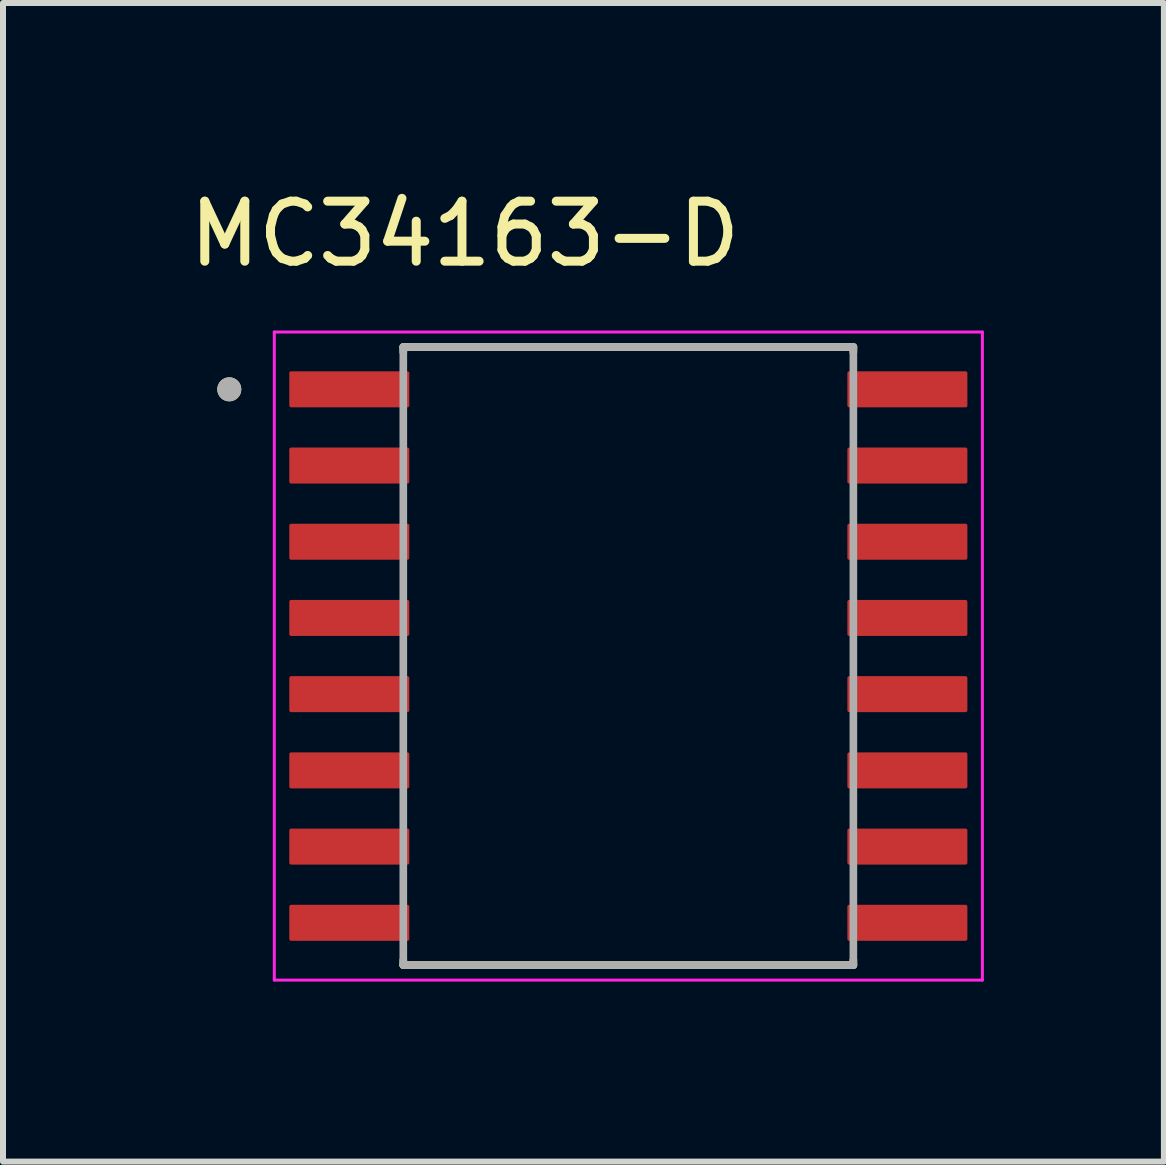
<source format=kicad_pcb>
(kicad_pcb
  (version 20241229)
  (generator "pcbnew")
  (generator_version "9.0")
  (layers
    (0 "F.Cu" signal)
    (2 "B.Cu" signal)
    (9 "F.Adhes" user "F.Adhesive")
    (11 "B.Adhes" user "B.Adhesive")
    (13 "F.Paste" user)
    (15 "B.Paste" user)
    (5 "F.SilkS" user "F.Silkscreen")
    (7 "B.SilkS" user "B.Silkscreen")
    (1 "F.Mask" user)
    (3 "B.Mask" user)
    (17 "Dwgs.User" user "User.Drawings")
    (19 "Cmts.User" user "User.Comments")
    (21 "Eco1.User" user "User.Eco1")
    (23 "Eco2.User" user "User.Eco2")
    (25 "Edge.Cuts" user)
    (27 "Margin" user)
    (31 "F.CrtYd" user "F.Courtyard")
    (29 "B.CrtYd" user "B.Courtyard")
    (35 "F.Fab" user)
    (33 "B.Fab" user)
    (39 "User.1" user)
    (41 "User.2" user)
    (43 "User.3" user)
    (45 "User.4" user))
  (footprint "MC34163-D"
    (layer "F.Cu")
    (at 7.421 7.883)
    (property "Reference" "MC34163-D" (at -2.725 -7.035 0) (layer "F.SilkS") (effects (font (size 1 1) (thickness 0.15))))
    (attr smd)
    (fp_poly (pts (xy -3.58 -4.765) (xy -3.58 -4.125) (xy -3.58 -4.122) (xy -3.58 -4.12) (xy -3.581 -4.117) (xy -3.581 -4.115) (xy -3.582 -4.112) (xy -3.582 -4.11) (xy -3.583 -4.107) (xy -3.584 -4.105) (xy -3.585 -4.102) (xy -3.587 -4.1) (xy -3.588 -4.098) (xy -3.59 -4.096) (xy -3.591 -4.094) (xy -3.593 -4.092) (xy -3.595 -4.09) (xy -3.597 -4.088) (xy -3.599 -4.086) (xy -3.601 -4.085) (xy -3.603 -4.083) (xy -3.605 -4.082) (xy -3.607 -4.08) (xy -3.61 -4.079) (xy -3.612 -4.078) (xy -3.615 -4.077) (xy -3.617 -4.077) (xy -3.62 -4.076) (xy -3.622 -4.076) (xy -3.625 -4.075) (xy -3.627 -4.075) (xy -3.63 -4.075) (xy -5.67 -4.075) (xy -5.673 -4.075) (xy -5.675 -4.075) (xy -5.678 -4.076) (xy -5.68 -4.076) (xy -5.683 -4.077) (xy -5.685 -4.077) (xy -5.688 -4.078) (xy -5.69 -4.079) (xy -5.693 -4.08) (xy -5.695 -4.082) (xy -5.697 -4.083) (xy -5.699 -4.085) (xy -5.701 -4.086) (xy -5.703 -4.088) (xy -5.705 -4.09) (xy -5.707 -4.092) (xy -5.709 -4.094) (xy -5.71 -4.096) (xy -5.712 -4.098) (xy -5.713 -4.1) (xy -5.715 -4.102) (xy -5.716 -4.105) (xy -5.717 -4.107) (xy -5.718 -4.11) (xy -5.718 -4.112) (xy -5.719 -4.115) (xy -5.719 -4.117) (xy -5.72 -4.12) (xy -5.72 -4.122) (xy -5.72 -4.125) (xy -5.72 -4.765) (xy -5.72 -4.768) (xy -5.72 -4.77) (xy -5.719 -4.773) (xy -5.719 -4.775) (xy -5.718 -4.778) (xy -5.718 -4.78) (xy -5.717 -4.783) (xy -5.716 -4.785) (xy -5.715 -4.788) (xy -5.713 -4.79) (xy -5.712 -4.792) (xy -5.71 -4.794) (xy -5.709 -4.796) (xy -5.707 -4.798) (xy -5.705 -4.8) (xy -5.703 -4.802) (xy -5.701 -4.804) (xy -5.699 -4.805) (xy -5.697 -4.807) (xy -5.695 -4.808) (xy -5.693 -4.81) (xy -5.69 -4.811) (xy -5.688 -4.812) (xy -5.685 -4.813) (xy -5.683 -4.813) (xy -5.68 -4.814) (xy -5.678 -4.814) (xy -5.675 -4.815) (xy -5.673 -4.815) (xy -5.67 -4.815) (xy -3.63 -4.815) (xy -3.627 -4.815) (xy -3.625 -4.815) (xy -3.622 -4.814) (xy -3.62 -4.814) (xy -3.617 -4.813) (xy -3.615 -4.813) (xy -3.612 -4.812) (xy -3.61 -4.811) (xy -3.607 -4.81) (xy -3.605 -4.808) (xy -3.603 -4.807) (xy -3.601 -4.805) (xy -3.599 -4.804) (xy -3.597 -4.802) (xy -3.595 -4.8) (xy -3.593 -4.798) (xy -3.591 -4.796) (xy -3.59 -4.794) (xy -3.588 -4.792) (xy -3.587 -4.79) (xy -3.585 -4.788) (xy -3.584 -4.785) (xy -3.583 -4.783) (xy -3.582 -4.78) (xy -3.582 -4.778) (xy -3.581 -4.775) (xy -3.581 -4.773) (xy -3.58 -4.77) (xy -3.58 -4.768) (xy -3.58 -4.765)) (stroke (width 0.01) (type solid)) (fill yes) (layer "F.Mask"))
    (fp_poly (pts (xy -3.58 -3.495) (xy -3.58 -2.855) (xy -3.58 -2.852) (xy -3.58 -2.85) (xy -3.581 -2.847) (xy -3.581 -2.845) (xy -3.582 -2.842) (xy -3.582 -2.84) (xy -3.583 -2.837) (xy -3.584 -2.835) (xy -3.585 -2.832) (xy -3.587 -2.83) (xy -3.588 -2.828) (xy -3.59 -2.826) (xy -3.591 -2.824) (xy -3.593 -2.822) (xy -3.595 -2.82) (xy -3.597 -2.818) (xy -3.599 -2.816) (xy -3.601 -2.815) (xy -3.603 -2.813) (xy -3.605 -2.812) (xy -3.607 -2.81) (xy -3.61 -2.809) (xy -3.612 -2.808) (xy -3.615 -2.807) (xy -3.617 -2.807) (xy -3.62 -2.806) (xy -3.622 -2.806) (xy -3.625 -2.805) (xy -3.627 -2.805) (xy -3.63 -2.805) (xy -5.67 -2.805) (xy -5.673 -2.805) (xy -5.675 -2.805) (xy -5.678 -2.806) (xy -5.68 -2.806) (xy -5.683 -2.807) (xy -5.685 -2.807) (xy -5.688 -2.808) (xy -5.69 -2.809) (xy -5.693 -2.81) (xy -5.695 -2.812) (xy -5.697 -2.813) (xy -5.699 -2.815) (xy -5.701 -2.816) (xy -5.703 -2.818) (xy -5.705 -2.82) (xy -5.707 -2.822) (xy -5.709 -2.824) (xy -5.71 -2.826) (xy -5.712 -2.828) (xy -5.713 -2.83) (xy -5.715 -2.832) (xy -5.716 -2.835) (xy -5.717 -2.837) (xy -5.718 -2.84) (xy -5.718 -2.842) (xy -5.719 -2.845) (xy -5.719 -2.847) (xy -5.72 -2.85) (xy -5.72 -2.852) (xy -5.72 -2.855) (xy -5.72 -3.495) (xy -5.72 -3.498) (xy -5.72 -3.5) (xy -5.719 -3.503) (xy -5.719 -3.505) (xy -5.718 -3.508) (xy -5.718 -3.51) (xy -5.717 -3.513) (xy -5.716 -3.515) (xy -5.715 -3.518) (xy -5.713 -3.52) (xy -5.712 -3.522) (xy -5.71 -3.524) (xy -5.709 -3.526) (xy -5.707 -3.528) (xy -5.705 -3.53) (xy -5.703 -3.532) (xy -5.701 -3.534) (xy -5.699 -3.535) (xy -5.697 -3.537) (xy -5.695 -3.538) (xy -5.693 -3.54) (xy -5.69 -3.541) (xy -5.688 -3.542) (xy -5.685 -3.543) (xy -5.683 -3.543) (xy -5.68 -3.544) (xy -5.678 -3.544) (xy -5.675 -3.545) (xy -5.673 -3.545) (xy -5.67 -3.545) (xy -3.63 -3.545) (xy -3.627 -3.545) (xy -3.625 -3.545) (xy -3.622 -3.544) (xy -3.62 -3.544) (xy -3.617 -3.543) (xy -3.615 -3.543) (xy -3.612 -3.542) (xy -3.61 -3.541) (xy -3.607 -3.54) (xy -3.605 -3.538) (xy -3.603 -3.537) (xy -3.601 -3.535) (xy -3.599 -3.534) (xy -3.597 -3.532) (xy -3.595 -3.53) (xy -3.593 -3.528) (xy -3.591 -3.526) (xy -3.59 -3.524) (xy -3.588 -3.522) (xy -3.587 -3.52) (xy -3.585 -3.518) (xy -3.584 -3.515) (xy -3.583 -3.513) (xy -3.582 -3.51) (xy -3.582 -3.508) (xy -3.581 -3.505) (xy -3.581 -3.503) (xy -3.58 -3.5) (xy -3.58 -3.498) (xy -3.58 -3.495)) (stroke (width 0.01) (type solid)) (fill yes) (layer "F.Mask"))
    (fp_poly (pts (xy -3.58 -2.225) (xy -3.58 -1.585) (xy -3.58 -1.582) (xy -3.58 -1.58) (xy -3.581 -1.577) (xy -3.581 -1.575) (xy -3.582 -1.572) (xy -3.582 -1.57) (xy -3.583 -1.567) (xy -3.584 -1.565) (xy -3.585 -1.562) (xy -3.587 -1.56) (xy -3.588 -1.558) (xy -3.59 -1.556) (xy -3.591 -1.554) (xy -3.593 -1.552) (xy -3.595 -1.55) (xy -3.597 -1.548) (xy -3.599 -1.546) (xy -3.601 -1.545) (xy -3.603 -1.543) (xy -3.605 -1.542) (xy -3.607 -1.54) (xy -3.61 -1.539) (xy -3.612 -1.538) (xy -3.615 -1.537) (xy -3.617 -1.537) (xy -3.62 -1.536) (xy -3.622 -1.536) (xy -3.625 -1.535) (xy -3.627 -1.535) (xy -3.63 -1.535) (xy -5.67 -1.535) (xy -5.673 -1.535) (xy -5.675 -1.535) (xy -5.678 -1.536) (xy -5.68 -1.536) (xy -5.683 -1.537) (xy -5.685 -1.537) (xy -5.688 -1.538) (xy -5.69 -1.539) (xy -5.693 -1.54) (xy -5.695 -1.542) (xy -5.697 -1.543) (xy -5.699 -1.545) (xy -5.701 -1.546) (xy -5.703 -1.548) (xy -5.705 -1.55) (xy -5.707 -1.552) (xy -5.709 -1.554) (xy -5.71 -1.556) (xy -5.712 -1.558) (xy -5.713 -1.56) (xy -5.715 -1.562) (xy -5.716 -1.565) (xy -5.717 -1.567) (xy -5.718 -1.57) (xy -5.718 -1.572) (xy -5.719 -1.575) (xy -5.719 -1.577) (xy -5.72 -1.58) (xy -5.72 -1.582) (xy -5.72 -1.585) (xy -5.72 -2.225) (xy -5.72 -2.228) (xy -5.72 -2.23) (xy -5.719 -2.233) (xy -5.719 -2.235) (xy -5.718 -2.238) (xy -5.718 -2.24) (xy -5.717 -2.243) (xy -5.716 -2.245) (xy -5.715 -2.248) (xy -5.713 -2.25) (xy -5.712 -2.252) (xy -5.71 -2.254) (xy -5.709 -2.256) (xy -5.707 -2.258) (xy -5.705 -2.26) (xy -5.703 -2.262) (xy -5.701 -2.264) (xy -5.699 -2.265) (xy -5.697 -2.267) (xy -5.695 -2.268) (xy -5.693 -2.27) (xy -5.69 -2.271) (xy -5.688 -2.272) (xy -5.685 -2.273) (xy -5.683 -2.273) (xy -5.68 -2.274) (xy -5.678 -2.274) (xy -5.675 -2.275) (xy -5.673 -2.275) (xy -5.67 -2.275) (xy -3.63 -2.275) (xy -3.627 -2.275) (xy -3.625 -2.275) (xy -3.622 -2.274) (xy -3.62 -2.274) (xy -3.617 -2.273) (xy -3.615 -2.273) (xy -3.612 -2.272) (xy -3.61 -2.271) (xy -3.607 -2.27) (xy -3.605 -2.268) (xy -3.603 -2.267) (xy -3.601 -2.265) (xy -3.599 -2.264) (xy -3.597 -2.262) (xy -3.595 -2.26) (xy -3.593 -2.258) (xy -3.591 -2.256) (xy -3.59 -2.254) (xy -3.588 -2.252) (xy -3.587 -2.25) (xy -3.585 -2.248) (xy -3.584 -2.245) (xy -3.583 -2.243) (xy -3.582 -2.24) (xy -3.582 -2.238) (xy -3.581 -2.235) (xy -3.581 -2.233) (xy -3.58 -2.23) (xy -3.58 -2.228) (xy -3.58 -2.225)) (stroke (width 0.01) (type solid)) (fill yes) (layer "F.Mask"))
    (fp_poly (pts (xy -3.58 -0.955) (xy -3.58 -0.315) (xy -3.58 -0.312) (xy -3.58 -0.31) (xy -3.581 -0.307) (xy -3.581 -0.305) (xy -3.582 -0.302) (xy -3.582 -0.3) (xy -3.583 -0.297) (xy -3.584 -0.295) (xy -3.585 -0.292) (xy -3.587 -0.29) (xy -3.588 -0.288) (xy -3.59 -0.286) (xy -3.591 -0.284) (xy -3.593 -0.282) (xy -3.595 -0.28) (xy -3.597 -0.278) (xy -3.599 -0.276) (xy -3.601 -0.275) (xy -3.603 -0.273) (xy -3.605 -0.272) (xy -3.607 -0.27) (xy -3.61 -0.269) (xy -3.612 -0.268) (xy -3.615 -0.267) (xy -3.617 -0.267) (xy -3.62 -0.266) (xy -3.622 -0.266) (xy -3.625 -0.265) (xy -3.627 -0.265) (xy -3.63 -0.265) (xy -5.67 -0.265) (xy -5.673 -0.265) (xy -5.675 -0.265) (xy -5.678 -0.266) (xy -5.68 -0.266) (xy -5.683 -0.267) (xy -5.685 -0.267) (xy -5.688 -0.268) (xy -5.69 -0.269) (xy -5.693 -0.27) (xy -5.695 -0.272) (xy -5.697 -0.273) (xy -5.699 -0.275) (xy -5.701 -0.276) (xy -5.703 -0.278) (xy -5.705 -0.28) (xy -5.707 -0.282) (xy -5.709 -0.284) (xy -5.71 -0.286) (xy -5.712 -0.288) (xy -5.713 -0.29) (xy -5.715 -0.292) (xy -5.716 -0.295) (xy -5.717 -0.297) (xy -5.718 -0.3) (xy -5.718 -0.302) (xy -5.719 -0.305) (xy -5.719 -0.307) (xy -5.72 -0.31) (xy -5.72 -0.312) (xy -5.72 -0.315) (xy -5.72 -0.955) (xy -5.72 -0.958) (xy -5.72 -0.96) (xy -5.719 -0.963) (xy -5.719 -0.965) (xy -5.718 -0.968) (xy -5.718 -0.97) (xy -5.717 -0.973) (xy -5.716 -0.975) (xy -5.715 -0.978) (xy -5.713 -0.98) (xy -5.712 -0.982) (xy -5.71 -0.984) (xy -5.709 -0.986) (xy -5.707 -0.988) (xy -5.705 -0.99) (xy -5.703 -0.992) (xy -5.701 -0.994) (xy -5.699 -0.995) (xy -5.697 -0.997) (xy -5.695 -0.998) (xy -5.693 -1) (xy -5.69 -1.001) (xy -5.688 -1.002) (xy -5.685 -1.003) (xy -5.683 -1.003) (xy -5.68 -1.004) (xy -5.678 -1.004) (xy -5.675 -1.005) (xy -5.673 -1.005) (xy -5.67 -1.005) (xy -3.63 -1.005) (xy -3.627 -1.005) (xy -3.625 -1.005) (xy -3.622 -1.004) (xy -3.62 -1.004) (xy -3.617 -1.003) (xy -3.615 -1.003) (xy -3.612 -1.002) (xy -3.61 -1.001) (xy -3.607 -1) (xy -3.605 -0.998) (xy -3.603 -0.997) (xy -3.601 -0.995) (xy -3.599 -0.994) (xy -3.597 -0.992) (xy -3.595 -0.99) (xy -3.593 -0.988) (xy -3.591 -0.986) (xy -3.59 -0.984) (xy -3.588 -0.982) (xy -3.587 -0.98) (xy -3.585 -0.978) (xy -3.584 -0.975) (xy -3.583 -0.973) (xy -3.582 -0.97) (xy -3.582 -0.968) (xy -3.581 -0.965) (xy -3.581 -0.963) (xy -3.58 -0.96) (xy -3.58 -0.958) (xy -3.58 -0.955)) (stroke (width 0.01) (type solid)) (fill yes) (layer "F.Mask"))
    (fp_poly (pts (xy -3.58 0.315) (xy -3.58 0.955) (xy -3.58 0.958) (xy -3.58 0.96) (xy -3.581 0.963) (xy -3.581 0.965) (xy -3.582 0.968) (xy -3.582 0.97) (xy -3.583 0.973) (xy -3.584 0.975) (xy -3.585 0.978) (xy -3.587 0.98) (xy -3.588 0.982) (xy -3.59 0.984) (xy -3.591 0.986) (xy -3.593 0.988) (xy -3.595 0.99) (xy -3.597 0.992) (xy -3.599 0.994) (xy -3.601 0.995) (xy -3.603 0.997) (xy -3.605 0.998) (xy -3.607 1) (xy -3.61 1.001) (xy -3.612 1.002) (xy -3.615 1.003) (xy -3.617 1.003) (xy -3.62 1.004) (xy -3.622 1.004) (xy -3.625 1.005) (xy -3.627 1.005) (xy -3.63 1.005) (xy -5.67 1.005) (xy -5.673 1.005) (xy -5.675 1.005) (xy -5.678 1.004) (xy -5.68 1.004) (xy -5.683 1.003) (xy -5.685 1.003) (xy -5.688 1.002) (xy -5.69 1.001) (xy -5.693 1) (xy -5.695 0.998) (xy -5.697 0.997) (xy -5.699 0.995) (xy -5.701 0.994) (xy -5.703 0.992) (xy -5.705 0.99) (xy -5.707 0.988) (xy -5.709 0.986) (xy -5.71 0.984) (xy -5.712 0.982) (xy -5.713 0.98) (xy -5.715 0.978) (xy -5.716 0.975) (xy -5.717 0.973) (xy -5.718 0.97) (xy -5.718 0.968) (xy -5.719 0.965) (xy -5.719 0.963) (xy -5.72 0.96) (xy -5.72 0.958) (xy -5.72 0.955) (xy -5.72 0.315) (xy -5.72 0.312) (xy -5.72 0.31) (xy -5.719 0.307) (xy -5.719 0.305) (xy -5.718 0.302) (xy -5.718 0.3) (xy -5.717 0.297) (xy -5.716 0.295) (xy -5.715 0.292) (xy -5.713 0.29) (xy -5.712 0.288) (xy -5.71 0.286) (xy -5.709 0.284) (xy -5.707 0.282) (xy -5.705 0.28) (xy -5.703 0.278) (xy -5.701 0.276) (xy -5.699 0.275) (xy -5.697 0.273) (xy -5.695 0.272) (xy -5.693 0.27) (xy -5.69 0.269) (xy -5.688 0.268) (xy -5.685 0.267) (xy -5.683 0.267) (xy -5.68 0.266) (xy -5.678 0.266) (xy -5.675 0.265) (xy -5.673 0.265) (xy -5.67 0.265) (xy -3.63 0.265) (xy -3.627 0.265) (xy -3.625 0.265) (xy -3.622 0.266) (xy -3.62 0.266) (xy -3.617 0.267) (xy -3.615 0.267) (xy -3.612 0.268) (xy -3.61 0.269) (xy -3.607 0.27) (xy -3.605 0.272) (xy -3.603 0.273) (xy -3.601 0.275) (xy -3.599 0.276) (xy -3.597 0.278) (xy -3.595 0.28) (xy -3.593 0.282) (xy -3.591 0.284) (xy -3.59 0.286) (xy -3.588 0.288) (xy -3.587 0.29) (xy -3.585 0.292) (xy -3.584 0.295) (xy -3.583 0.297) (xy -3.582 0.3) (xy -3.582 0.302) (xy -3.581 0.305) (xy -3.581 0.307) (xy -3.58 0.31) (xy -3.58 0.312) (xy -3.58 0.315)) (stroke (width 0.01) (type solid)) (fill yes) (layer "F.Mask"))
    (fp_poly (pts (xy -3.58 1.585) (xy -3.58 2.225) (xy -3.58 2.228) (xy -3.58 2.23) (xy -3.581 2.233) (xy -3.581 2.235) (xy -3.582 2.238) (xy -3.582 2.24) (xy -3.583 2.243) (xy -3.584 2.245) (xy -3.585 2.248) (xy -3.587 2.25) (xy -3.588 2.252) (xy -3.59 2.254) (xy -3.591 2.256) (xy -3.593 2.258) (xy -3.595 2.26) (xy -3.597 2.262) (xy -3.599 2.264) (xy -3.601 2.265) (xy -3.603 2.267) (xy -3.605 2.268) (xy -3.607 2.27) (xy -3.61 2.271) (xy -3.612 2.272) (xy -3.615 2.273) (xy -3.617 2.273) (xy -3.62 2.274) (xy -3.622 2.274) (xy -3.625 2.275) (xy -3.627 2.275) (xy -3.63 2.275) (xy -5.67 2.275) (xy -5.673 2.275) (xy -5.675 2.275) (xy -5.678 2.274) (xy -5.68 2.274) (xy -5.683 2.273) (xy -5.685 2.273) (xy -5.688 2.272) (xy -5.69 2.271) (xy -5.693 2.27) (xy -5.695 2.268) (xy -5.697 2.267) (xy -5.699 2.265) (xy -5.701 2.264) (xy -5.703 2.262) (xy -5.705 2.26) (xy -5.707 2.258) (xy -5.709 2.256) (xy -5.71 2.254) (xy -5.712 2.252) (xy -5.713 2.25) (xy -5.715 2.248) (xy -5.716 2.245) (xy -5.717 2.243) (xy -5.718 2.24) (xy -5.718 2.238) (xy -5.719 2.235) (xy -5.719 2.233) (xy -5.72 2.23) (xy -5.72 2.228) (xy -5.72 2.225) (xy -5.72 1.585) (xy -5.72 1.582) (xy -5.72 1.58) (xy -5.719 1.577) (xy -5.719 1.575) (xy -5.718 1.572) (xy -5.718 1.57) (xy -5.717 1.567) (xy -5.716 1.565) (xy -5.715 1.562) (xy -5.713 1.56) (xy -5.712 1.558) (xy -5.71 1.556) (xy -5.709 1.554) (xy -5.707 1.552) (xy -5.705 1.55) (xy -5.703 1.548) (xy -5.701 1.546) (xy -5.699 1.545) (xy -5.697 1.543) (xy -5.695 1.542) (xy -5.693 1.54) (xy -5.69 1.539) (xy -5.688 1.538) (xy -5.685 1.537) (xy -5.683 1.537) (xy -5.68 1.536) (xy -5.678 1.536) (xy -5.675 1.535) (xy -5.673 1.535) (xy -5.67 1.535) (xy -3.63 1.535) (xy -3.627 1.535) (xy -3.625 1.535) (xy -3.622 1.536) (xy -3.62 1.536) (xy -3.617 1.537) (xy -3.615 1.537) (xy -3.612 1.538) (xy -3.61 1.539) (xy -3.607 1.54) (xy -3.605 1.542) (xy -3.603 1.543) (xy -3.601 1.545) (xy -3.599 1.546) (xy -3.597 1.548) (xy -3.595 1.55) (xy -3.593 1.552) (xy -3.591 1.554) (xy -3.59 1.556) (xy -3.588 1.558) (xy -3.587 1.56) (xy -3.585 1.562) (xy -3.584 1.565) (xy -3.583 1.567) (xy -3.582 1.57) (xy -3.582 1.572) (xy -3.581 1.575) (xy -3.581 1.577) (xy -3.58 1.58) (xy -3.58 1.582) (xy -3.58 1.585)) (stroke (width 0.01) (type solid)) (fill yes) (layer "F.Mask"))
    (fp_poly (pts (xy -3.58 2.855) (xy -3.58 3.495) (xy -3.58 3.498) (xy -3.58 3.5) (xy -3.581 3.503) (xy -3.581 3.505) (xy -3.582 3.508) (xy -3.582 3.51) (xy -3.583 3.513) (xy -3.584 3.515) (xy -3.585 3.518) (xy -3.587 3.52) (xy -3.588 3.522) (xy -3.59 3.524) (xy -3.591 3.526) (xy -3.593 3.528) (xy -3.595 3.53) (xy -3.597 3.532) (xy -3.599 3.534) (xy -3.601 3.535) (xy -3.603 3.537) (xy -3.605 3.538) (xy -3.607 3.54) (xy -3.61 3.541) (xy -3.612 3.542) (xy -3.615 3.543) (xy -3.617 3.543) (xy -3.62 3.544) (xy -3.622 3.544) (xy -3.625 3.545) (xy -3.627 3.545) (xy -3.63 3.545) (xy -5.67 3.545) (xy -5.673 3.545) (xy -5.675 3.545) (xy -5.678 3.544) (xy -5.68 3.544) (xy -5.683 3.543) (xy -5.685 3.543) (xy -5.688 3.542) (xy -5.69 3.541) (xy -5.693 3.54) (xy -5.695 3.538) (xy -5.697 3.537) (xy -5.699 3.535) (xy -5.701 3.534) (xy -5.703 3.532) (xy -5.705 3.53) (xy -5.707 3.528) (xy -5.709 3.526) (xy -5.71 3.524) (xy -5.712 3.522) (xy -5.713 3.52) (xy -5.715 3.518) (xy -5.716 3.515) (xy -5.717 3.513) (xy -5.718 3.51) (xy -5.718 3.508) (xy -5.719 3.505) (xy -5.719 3.503) (xy -5.72 3.5) (xy -5.72 3.498) (xy -5.72 3.495) (xy -5.72 2.855) (xy -5.72 2.852) (xy -5.72 2.85) (xy -5.719 2.847) (xy -5.719 2.845) (xy -5.718 2.842) (xy -5.718 2.84) (xy -5.717 2.837) (xy -5.716 2.835) (xy -5.715 2.832) (xy -5.713 2.83) (xy -5.712 2.828) (xy -5.71 2.826) (xy -5.709 2.824) (xy -5.707 2.822) (xy -5.705 2.82) (xy -5.703 2.818) (xy -5.701 2.816) (xy -5.699 2.815) (xy -5.697 2.813) (xy -5.695 2.812) (xy -5.693 2.81) (xy -5.69 2.809) (xy -5.688 2.808) (xy -5.685 2.807) (xy -5.683 2.807) (xy -5.68 2.806) (xy -5.678 2.806) (xy -5.675 2.805) (xy -5.673 2.805) (xy -5.67 2.805) (xy -3.63 2.805) (xy -3.627 2.805) (xy -3.625 2.805) (xy -3.622 2.806) (xy -3.62 2.806) (xy -3.617 2.807) (xy -3.615 2.807) (xy -3.612 2.808) (xy -3.61 2.809) (xy -3.607 2.81) (xy -3.605 2.812) (xy -3.603 2.813) (xy -3.601 2.815) (xy -3.599 2.816) (xy -3.597 2.818) (xy -3.595 2.82) (xy -3.593 2.822) (xy -3.591 2.824) (xy -3.59 2.826) (xy -3.588 2.828) (xy -3.587 2.83) (xy -3.585 2.832) (xy -3.584 2.835) (xy -3.583 2.837) (xy -3.582 2.84) (xy -3.582 2.842) (xy -3.581 2.845) (xy -3.581 2.847) (xy -3.58 2.85) (xy -3.58 2.852) (xy -3.58 2.855)) (stroke (width 0.01) (type solid)) (fill yes) (layer "F.Mask"))
    (fp_poly (pts (xy -3.58 4.125) (xy -3.58 4.765) (xy -3.58 4.768) (xy -3.58 4.77) (xy -3.581 4.773) (xy -3.581 4.775) (xy -3.582 4.778) (xy -3.582 4.78) (xy -3.583 4.783) (xy -3.584 4.785) (xy -3.585 4.788) (xy -3.587 4.79) (xy -3.588 4.792) (xy -3.59 4.794) (xy -3.591 4.796) (xy -3.593 4.798) (xy -3.595 4.8) (xy -3.597 4.802) (xy -3.599 4.804) (xy -3.601 4.805) (xy -3.603 4.807) (xy -3.605 4.808) (xy -3.607 4.81) (xy -3.61 4.811) (xy -3.612 4.812) (xy -3.615 4.813) (xy -3.617 4.813) (xy -3.62 4.814) (xy -3.622 4.814) (xy -3.625 4.815) (xy -3.627 4.815) (xy -3.63 4.815) (xy -5.67 4.815) (xy -5.673 4.815) (xy -5.675 4.815) (xy -5.678 4.814) (xy -5.68 4.814) (xy -5.683 4.813) (xy -5.685 4.813) (xy -5.688 4.812) (xy -5.69 4.811) (xy -5.693 4.81) (xy -5.695 4.808) (xy -5.697 4.807) (xy -5.699 4.805) (xy -5.701 4.804) (xy -5.703 4.802) (xy -5.705 4.8) (xy -5.707 4.798) (xy -5.709 4.796) (xy -5.71 4.794) (xy -5.712 4.792) (xy -5.713 4.79) (xy -5.715 4.788) (xy -5.716 4.785) (xy -5.717 4.783) (xy -5.718 4.78) (xy -5.718 4.778) (xy -5.719 4.775) (xy -5.719 4.773) (xy -5.72 4.77) (xy -5.72 4.768) (xy -5.72 4.765) (xy -5.72 4.125) (xy -5.72 4.122) (xy -5.72 4.12) (xy -5.719 4.117) (xy -5.719 4.115) (xy -5.718 4.112) (xy -5.718 4.11) (xy -5.717 4.107) (xy -5.716 4.105) (xy -5.715 4.102) (xy -5.713 4.1) (xy -5.712 4.098) (xy -5.71 4.096) (xy -5.709 4.094) (xy -5.707 4.092) (xy -5.705 4.09) (xy -5.703 4.088) (xy -5.701 4.086) (xy -5.699 4.085) (xy -5.697 4.083) (xy -5.695 4.082) (xy -5.693 4.08) (xy -5.69 4.079) (xy -5.688 4.078) (xy -5.685 4.077) (xy -5.683 4.077) (xy -5.68 4.076) (xy -5.678 4.076) (xy -5.675 4.075) (xy -5.673 4.075) (xy -5.67 4.075) (xy -3.63 4.075) (xy -3.627 4.075) (xy -3.625 4.075) (xy -3.622 4.076) (xy -3.62 4.076) (xy -3.617 4.077) (xy -3.615 4.077) (xy -3.612 4.078) (xy -3.61 4.079) (xy -3.607 4.08) (xy -3.605 4.082) (xy -3.603 4.083) (xy -3.601 4.085) (xy -3.599 4.086) (xy -3.597 4.088) (xy -3.595 4.09) (xy -3.593 4.092) (xy -3.591 4.094) (xy -3.59 4.096) (xy -3.588 4.098) (xy -3.587 4.1) (xy -3.585 4.102) (xy -3.584 4.105) (xy -3.583 4.107) (xy -3.582 4.11) (xy -3.582 4.112) (xy -3.581 4.115) (xy -3.581 4.117) (xy -3.58 4.12) (xy -3.58 4.122) (xy -3.58 4.125)) (stroke (width 0.01) (type solid)) (fill yes) (layer "F.Mask"))
    (fp_poly (pts (xy 5.72 -4.765) (xy 5.72 -4.125) (xy 5.72 -4.122) (xy 5.72 -4.12) (xy 5.719 -4.117) (xy 5.719 -4.115) (xy 5.718 -4.112) (xy 5.718 -4.11) (xy 5.717 -4.107) (xy 5.716 -4.105) (xy 5.715 -4.102) (xy 5.713 -4.1) (xy 5.712 -4.098) (xy 5.71 -4.096) (xy 5.709 -4.094) (xy 5.707 -4.092) (xy 5.705 -4.09) (xy 5.703 -4.088) (xy 5.701 -4.086) (xy 5.699 -4.085) (xy 5.697 -4.083) (xy 5.695 -4.082) (xy 5.693 -4.08) (xy 5.69 -4.079) (xy 5.688 -4.078) (xy 5.685 -4.077) (xy 5.683 -4.077) (xy 5.68 -4.076) (xy 5.678 -4.076) (xy 5.675 -4.075) (xy 5.673 -4.075) (xy 5.67 -4.075) (xy 3.63 -4.075) (xy 3.627 -4.075) (xy 3.625 -4.075) (xy 3.622 -4.076) (xy 3.62 -4.076) (xy 3.617 -4.077) (xy 3.615 -4.077) (xy 3.612 -4.078) (xy 3.61 -4.079) (xy 3.607 -4.08) (xy 3.605 -4.082) (xy 3.603 -4.083) (xy 3.601 -4.085) (xy 3.599 -4.086) (xy 3.597 -4.088) (xy 3.595 -4.09) (xy 3.593 -4.092) (xy 3.591 -4.094) (xy 3.59 -4.096) (xy 3.588 -4.098) (xy 3.587 -4.1) (xy 3.585 -4.102) (xy 3.584 -4.105) (xy 3.583 -4.107) (xy 3.582 -4.11) (xy 3.582 -4.112) (xy 3.581 -4.115) (xy 3.581 -4.117) (xy 3.58 -4.12) (xy 3.58 -4.122) (xy 3.58 -4.125) (xy 3.58 -4.765) (xy 3.58 -4.768) (xy 3.58 -4.77) (xy 3.581 -4.773) (xy 3.581 -4.775) (xy 3.582 -4.778) (xy 3.582 -4.78) (xy 3.583 -4.783) (xy 3.584 -4.785) (xy 3.585 -4.788) (xy 3.587 -4.79) (xy 3.588 -4.792) (xy 3.59 -4.794) (xy 3.591 -4.796) (xy 3.593 -4.798) (xy 3.595 -4.8) (xy 3.597 -4.802) (xy 3.599 -4.804) (xy 3.601 -4.805) (xy 3.603 -4.807) (xy 3.605 -4.808) (xy 3.607 -4.81) (xy 3.61 -4.811) (xy 3.612 -4.812) (xy 3.615 -4.813) (xy 3.617 -4.813) (xy 3.62 -4.814) (xy 3.622 -4.814) (xy 3.625 -4.815) (xy 3.627 -4.815) (xy 3.63 -4.815) (xy 5.67 -4.815) (xy 5.673 -4.815) (xy 5.675 -4.815) (xy 5.678 -4.814) (xy 5.68 -4.814) (xy 5.683 -4.813) (xy 5.685 -4.813) (xy 5.688 -4.812) (xy 5.69 -4.811) (xy 5.693 -4.81) (xy 5.695 -4.808) (xy 5.697 -4.807) (xy 5.699 -4.805) (xy 5.701 -4.804) (xy 5.703 -4.802) (xy 5.705 -4.8) (xy 5.707 -4.798) (xy 5.709 -4.796) (xy 5.71 -4.794) (xy 5.712 -4.792) (xy 5.713 -4.79) (xy 5.715 -4.788) (xy 5.716 -4.785) (xy 5.717 -4.783) (xy 5.718 -4.78) (xy 5.718 -4.778) (xy 5.719 -4.775) (xy 5.719 -4.773) (xy 5.72 -4.77) (xy 5.72 -4.768) (xy 5.72 -4.765)) (stroke (width 0.01) (type solid)) (fill yes) (layer "F.Mask"))
    (fp_poly (pts (xy 5.72 -3.495) (xy 5.72 -2.855) (xy 5.72 -2.852) (xy 5.72 -2.85) (xy 5.719 -2.847) (xy 5.719 -2.845) (xy 5.718 -2.842) (xy 5.718 -2.84) (xy 5.717 -2.837) (xy 5.716 -2.835) (xy 5.715 -2.832) (xy 5.713 -2.83) (xy 5.712 -2.828) (xy 5.71 -2.826) (xy 5.709 -2.824) (xy 5.707 -2.822) (xy 5.705 -2.82) (xy 5.703 -2.818) (xy 5.701 -2.816) (xy 5.699 -2.815) (xy 5.697 -2.813) (xy 5.695 -2.812) (xy 5.693 -2.81) (xy 5.69 -2.809) (xy 5.688 -2.808) (xy 5.685 -2.807) (xy 5.683 -2.807) (xy 5.68 -2.806) (xy 5.678 -2.806) (xy 5.675 -2.805) (xy 5.673 -2.805) (xy 5.67 -2.805) (xy 3.63 -2.805) (xy 3.627 -2.805) (xy 3.625 -2.805) (xy 3.622 -2.806) (xy 3.62 -2.806) (xy 3.617 -2.807) (xy 3.615 -2.807) (xy 3.612 -2.808) (xy 3.61 -2.809) (xy 3.607 -2.81) (xy 3.605 -2.812) (xy 3.603 -2.813) (xy 3.601 -2.815) (xy 3.599 -2.816) (xy 3.597 -2.818) (xy 3.595 -2.82) (xy 3.593 -2.822) (xy 3.591 -2.824) (xy 3.59 -2.826) (xy 3.588 -2.828) (xy 3.587 -2.83) (xy 3.585 -2.832) (xy 3.584 -2.835) (xy 3.583 -2.837) (xy 3.582 -2.84) (xy 3.582 -2.842) (xy 3.581 -2.845) (xy 3.581 -2.847) (xy 3.58 -2.85) (xy 3.58 -2.852) (xy 3.58 -2.855) (xy 3.58 -3.495) (xy 3.58 -3.498) (xy 3.58 -3.5) (xy 3.581 -3.503) (xy 3.581 -3.505) (xy 3.582 -3.508) (xy 3.582 -3.51) (xy 3.583 -3.513) (xy 3.584 -3.515) (xy 3.585 -3.518) (xy 3.587 -3.52) (xy 3.588 -3.522) (xy 3.59 -3.524) (xy 3.591 -3.526) (xy 3.593 -3.528) (xy 3.595 -3.53) (xy 3.597 -3.532) (xy 3.599 -3.534) (xy 3.601 -3.535) (xy 3.603 -3.537) (xy 3.605 -3.538) (xy 3.607 -3.54) (xy 3.61 -3.541) (xy 3.612 -3.542) (xy 3.615 -3.543) (xy 3.617 -3.543) (xy 3.62 -3.544) (xy 3.622 -3.544) (xy 3.625 -3.545) (xy 3.627 -3.545) (xy 3.63 -3.545) (xy 5.67 -3.545) (xy 5.673 -3.545) (xy 5.675 -3.545) (xy 5.678 -3.544) (xy 5.68 -3.544) (xy 5.683 -3.543) (xy 5.685 -3.543) (xy 5.688 -3.542) (xy 5.69 -3.541) (xy 5.693 -3.54) (xy 5.695 -3.538) (xy 5.697 -3.537) (xy 5.699 -3.535) (xy 5.701 -3.534) (xy 5.703 -3.532) (xy 5.705 -3.53) (xy 5.707 -3.528) (xy 5.709 -3.526) (xy 5.71 -3.524) (xy 5.712 -3.522) (xy 5.713 -3.52) (xy 5.715 -3.518) (xy 5.716 -3.515) (xy 5.717 -3.513) (xy 5.718 -3.51) (xy 5.718 -3.508) (xy 5.719 -3.505) (xy 5.719 -3.503) (xy 5.72 -3.5) (xy 5.72 -3.498) (xy 5.72 -3.495)) (stroke (width 0.01) (type solid)) (fill yes) (layer "F.Mask"))
    (fp_poly (pts (xy 5.72 -2.225) (xy 5.72 -1.585) (xy 5.72 -1.582) (xy 5.72 -1.58) (xy 5.719 -1.577) (xy 5.719 -1.575) (xy 5.718 -1.572) (xy 5.718 -1.57) (xy 5.717 -1.567) (xy 5.716 -1.565) (xy 5.715 -1.562) (xy 5.713 -1.56) (xy 5.712 -1.558) (xy 5.71 -1.556) (xy 5.709 -1.554) (xy 5.707 -1.552) (xy 5.705 -1.55) (xy 5.703 -1.548) (xy 5.701 -1.546) (xy 5.699 -1.545) (xy 5.697 -1.543) (xy 5.695 -1.542) (xy 5.693 -1.54) (xy 5.69 -1.539) (xy 5.688 -1.538) (xy 5.685 -1.537) (xy 5.683 -1.537) (xy 5.68 -1.536) (xy 5.678 -1.536) (xy 5.675 -1.535) (xy 5.673 -1.535) (xy 5.67 -1.535) (xy 3.63 -1.535) (xy 3.627 -1.535) (xy 3.625 -1.535) (xy 3.622 -1.536) (xy 3.62 -1.536) (xy 3.617 -1.537) (xy 3.615 -1.537) (xy 3.612 -1.538) (xy 3.61 -1.539) (xy 3.607 -1.54) (xy 3.605 -1.542) (xy 3.603 -1.543) (xy 3.601 -1.545) (xy 3.599 -1.546) (xy 3.597 -1.548) (xy 3.595 -1.55) (xy 3.593 -1.552) (xy 3.591 -1.554) (xy 3.59 -1.556) (xy 3.588 -1.558) (xy 3.587 -1.56) (xy 3.585 -1.562) (xy 3.584 -1.565) (xy 3.583 -1.567) (xy 3.582 -1.57) (xy 3.582 -1.572) (xy 3.581 -1.575) (xy 3.581 -1.577) (xy 3.58 -1.58) (xy 3.58 -1.582) (xy 3.58 -1.585) (xy 3.58 -2.225) (xy 3.58 -2.228) (xy 3.58 -2.23) (xy 3.581 -2.233) (xy 3.581 -2.235) (xy 3.582 -2.238) (xy 3.582 -2.24) (xy 3.583 -2.243) (xy 3.584 -2.245) (xy 3.585 -2.248) (xy 3.587 -2.25) (xy 3.588 -2.252) (xy 3.59 -2.254) (xy 3.591 -2.256) (xy 3.593 -2.258) (xy 3.595 -2.26) (xy 3.597 -2.262) (xy 3.599 -2.264) (xy 3.601 -2.265) (xy 3.603 -2.267) (xy 3.605 -2.268) (xy 3.607 -2.27) (xy 3.61 -2.271) (xy 3.612 -2.272) (xy 3.615 -2.273) (xy 3.617 -2.273) (xy 3.62 -2.274) (xy 3.622 -2.274) (xy 3.625 -2.275) (xy 3.627 -2.275) (xy 3.63 -2.275) (xy 5.67 -2.275) (xy 5.673 -2.275) (xy 5.675 -2.275) (xy 5.678 -2.274) (xy 5.68 -2.274) (xy 5.683 -2.273) (xy 5.685 -2.273) (xy 5.688 -2.272) (xy 5.69 -2.271) (xy 5.693 -2.27) (xy 5.695 -2.268) (xy 5.697 -2.267) (xy 5.699 -2.265) (xy 5.701 -2.264) (xy 5.703 -2.262) (xy 5.705 -2.26) (xy 5.707 -2.258) (xy 5.709 -2.256) (xy 5.71 -2.254) (xy 5.712 -2.252) (xy 5.713 -2.25) (xy 5.715 -2.248) (xy 5.716 -2.245) (xy 5.717 -2.243) (xy 5.718 -2.24) (xy 5.718 -2.238) (xy 5.719 -2.235) (xy 5.719 -2.233) (xy 5.72 -2.23) (xy 5.72 -2.228) (xy 5.72 -2.225)) (stroke (width 0.01) (type solid)) (fill yes) (layer "F.Mask"))
    (fp_poly (pts (xy 5.72 -0.955) (xy 5.72 -0.315) (xy 5.72 -0.312) (xy 5.72 -0.31) (xy 5.719 -0.307) (xy 5.719 -0.305) (xy 5.718 -0.302) (xy 5.718 -0.3) (xy 5.717 -0.297) (xy 5.716 -0.295) (xy 5.715 -0.292) (xy 5.713 -0.29) (xy 5.712 -0.288) (xy 5.71 -0.286) (xy 5.709 -0.284) (xy 5.707 -0.282) (xy 5.705 -0.28) (xy 5.703 -0.278) (xy 5.701 -0.276) (xy 5.699 -0.275) (xy 5.697 -0.273) (xy 5.695 -0.272) (xy 5.693 -0.27) (xy 5.69 -0.269) (xy 5.688 -0.268) (xy 5.685 -0.267) (xy 5.683 -0.267) (xy 5.68 -0.266) (xy 5.678 -0.266) (xy 5.675 -0.265) (xy 5.673 -0.265) (xy 5.67 -0.265) (xy 3.63 -0.265) (xy 3.627 -0.265) (xy 3.625 -0.265) (xy 3.622 -0.266) (xy 3.62 -0.266) (xy 3.617 -0.267) (xy 3.615 -0.267) (xy 3.612 -0.268) (xy 3.61 -0.269) (xy 3.607 -0.27) (xy 3.605 -0.272) (xy 3.603 -0.273) (xy 3.601 -0.275) (xy 3.599 -0.276) (xy 3.597 -0.278) (xy 3.595 -0.28) (xy 3.593 -0.282) (xy 3.591 -0.284) (xy 3.59 -0.286) (xy 3.588 -0.288) (xy 3.587 -0.29) (xy 3.585 -0.292) (xy 3.584 -0.295) (xy 3.583 -0.297) (xy 3.582 -0.3) (xy 3.582 -0.302) (xy 3.581 -0.305) (xy 3.581 -0.307) (xy 3.58 -0.31) (xy 3.58 -0.312) (xy 3.58 -0.315) (xy 3.58 -0.955) (xy 3.58 -0.958) (xy 3.58 -0.96) (xy 3.581 -0.963) (xy 3.581 -0.965) (xy 3.582 -0.968) (xy 3.582 -0.97) (xy 3.583 -0.973) (xy 3.584 -0.975) (xy 3.585 -0.978) (xy 3.587 -0.98) (xy 3.588 -0.982) (xy 3.59 -0.984) (xy 3.591 -0.986) (xy 3.593 -0.988) (xy 3.595 -0.99) (xy 3.597 -0.992) (xy 3.599 -0.994) (xy 3.601 -0.995) (xy 3.603 -0.997) (xy 3.605 -0.998) (xy 3.607 -1) (xy 3.61 -1.001) (xy 3.612 -1.002) (xy 3.615 -1.003) (xy 3.617 -1.003) (xy 3.62 -1.004) (xy 3.622 -1.004) (xy 3.625 -1.005) (xy 3.627 -1.005) (xy 3.63 -1.005) (xy 5.67 -1.005) (xy 5.673 -1.005) (xy 5.675 -1.005) (xy 5.678 -1.004) (xy 5.68 -1.004) (xy 5.683 -1.003) (xy 5.685 -1.003) (xy 5.688 -1.002) (xy 5.69 -1.001) (xy 5.693 -1) (xy 5.695 -0.998) (xy 5.697 -0.997) (xy 5.699 -0.995) (xy 5.701 -0.994) (xy 5.703 -0.992) (xy 5.705 -0.99) (xy 5.707 -0.988) (xy 5.709 -0.986) (xy 5.71 -0.984) (xy 5.712 -0.982) (xy 5.713 -0.98) (xy 5.715 -0.978) (xy 5.716 -0.975) (xy 5.717 -0.973) (xy 5.718 -0.97) (xy 5.718 -0.968) (xy 5.719 -0.965) (xy 5.719 -0.963) (xy 5.72 -0.96) (xy 5.72 -0.958) (xy 5.72 -0.955)) (stroke (width 0.01) (type solid)) (fill yes) (layer "F.Mask"))
    (fp_poly (pts (xy 5.72 0.315) (xy 5.72 0.955) (xy 5.72 0.958) (xy 5.72 0.96) (xy 5.719 0.963) (xy 5.719 0.965) (xy 5.718 0.968) (xy 5.718 0.97) (xy 5.717 0.973) (xy 5.716 0.975) (xy 5.715 0.978) (xy 5.713 0.98) (xy 5.712 0.982) (xy 5.71 0.984) (xy 5.709 0.986) (xy 5.707 0.988) (xy 5.705 0.99) (xy 5.703 0.992) (xy 5.701 0.994) (xy 5.699 0.995) (xy 5.697 0.997) (xy 5.695 0.998) (xy 5.693 1) (xy 5.69 1.001) (xy 5.688 1.002) (xy 5.685 1.003) (xy 5.683 1.003) (xy 5.68 1.004) (xy 5.678 1.004) (xy 5.675 1.005) (xy 5.673 1.005) (xy 5.67 1.005) (xy 3.63 1.005) (xy 3.627 1.005) (xy 3.625 1.005) (xy 3.622 1.004) (xy 3.62 1.004) (xy 3.617 1.003) (xy 3.615 1.003) (xy 3.612 1.002) (xy 3.61 1.001) (xy 3.607 1) (xy 3.605 0.998) (xy 3.603 0.997) (xy 3.601 0.995) (xy 3.599 0.994) (xy 3.597 0.992) (xy 3.595 0.99) (xy 3.593 0.988) (xy 3.591 0.986) (xy 3.59 0.984) (xy 3.588 0.982) (xy 3.587 0.98) (xy 3.585 0.978) (xy 3.584 0.975) (xy 3.583 0.973) (xy 3.582 0.97) (xy 3.582 0.968) (xy 3.581 0.965) (xy 3.581 0.963) (xy 3.58 0.96) (xy 3.58 0.958) (xy 3.58 0.955) (xy 3.58 0.315) (xy 3.58 0.312) (xy 3.58 0.31) (xy 3.581 0.307) (xy 3.581 0.305) (xy 3.582 0.302) (xy 3.582 0.3) (xy 3.583 0.297) (xy 3.584 0.295) (xy 3.585 0.292) (xy 3.587 0.29) (xy 3.588 0.288) (xy 3.59 0.286) (xy 3.591 0.284) (xy 3.593 0.282) (xy 3.595 0.28) (xy 3.597 0.278) (xy 3.599 0.276) (xy 3.601 0.275) (xy 3.603 0.273) (xy 3.605 0.272) (xy 3.607 0.27) (xy 3.61 0.269) (xy 3.612 0.268) (xy 3.615 0.267) (xy 3.617 0.267) (xy 3.62 0.266) (xy 3.622 0.266) (xy 3.625 0.265) (xy 3.627 0.265) (xy 3.63 0.265) (xy 5.67 0.265) (xy 5.673 0.265) (xy 5.675 0.265) (xy 5.678 0.266) (xy 5.68 0.266) (xy 5.683 0.267) (xy 5.685 0.267) (xy 5.688 0.268) (xy 5.69 0.269) (xy 5.693 0.27) (xy 5.695 0.272) (xy 5.697 0.273) (xy 5.699 0.275) (xy 5.701 0.276) (xy 5.703 0.278) (xy 5.705 0.28) (xy 5.707 0.282) (xy 5.709 0.284) (xy 5.71 0.286) (xy 5.712 0.288) (xy 5.713 0.29) (xy 5.715 0.292) (xy 5.716 0.295) (xy 5.717 0.297) (xy 5.718 0.3) (xy 5.718 0.302) (xy 5.719 0.305) (xy 5.719 0.307) (xy 5.72 0.31) (xy 5.72 0.312) (xy 5.72 0.315)) (stroke (width 0.01) (type solid)) (fill yes) (layer "F.Mask"))
    (fp_poly (pts (xy 5.72 1.585) (xy 5.72 2.225) (xy 5.72 2.228) (xy 5.72 2.23) (xy 5.719 2.233) (xy 5.719 2.235) (xy 5.718 2.238) (xy 5.718 2.24) (xy 5.717 2.243) (xy 5.716 2.245) (xy 5.715 2.248) (xy 5.713 2.25) (xy 5.712 2.252) (xy 5.71 2.254) (xy 5.709 2.256) (xy 5.707 2.258) (xy 5.705 2.26) (xy 5.703 2.262) (xy 5.701 2.264) (xy 5.699 2.265) (xy 5.697 2.267) (xy 5.695 2.268) (xy 5.693 2.27) (xy 5.69 2.271) (xy 5.688 2.272) (xy 5.685 2.273) (xy 5.683 2.273) (xy 5.68 2.274) (xy 5.678 2.274) (xy 5.675 2.275) (xy 5.673 2.275) (xy 5.67 2.275) (xy 3.63 2.275) (xy 3.627 2.275) (xy 3.625 2.275) (xy 3.622 2.274) (xy 3.62 2.274) (xy 3.617 2.273) (xy 3.615 2.273) (xy 3.612 2.272) (xy 3.61 2.271) (xy 3.607 2.27) (xy 3.605 2.268) (xy 3.603 2.267) (xy 3.601 2.265) (xy 3.599 2.264) (xy 3.597 2.262) (xy 3.595 2.26) (xy 3.593 2.258) (xy 3.591 2.256) (xy 3.59 2.254) (xy 3.588 2.252) (xy 3.587 2.25) (xy 3.585 2.248) (xy 3.584 2.245) (xy 3.583 2.243) (xy 3.582 2.24) (xy 3.582 2.238) (xy 3.581 2.235) (xy 3.581 2.233) (xy 3.58 2.23) (xy 3.58 2.228) (xy 3.58 2.225) (xy 3.58 1.585) (xy 3.58 1.582) (xy 3.58 1.58) (xy 3.581 1.577) (xy 3.581 1.575) (xy 3.582 1.572) (xy 3.582 1.57) (xy 3.583 1.567) (xy 3.584 1.565) (xy 3.585 1.562) (xy 3.587 1.56) (xy 3.588 1.558) (xy 3.59 1.556) (xy 3.591 1.554) (xy 3.593 1.552) (xy 3.595 1.55) (xy 3.597 1.548) (xy 3.599 1.546) (xy 3.601 1.545) (xy 3.603 1.543) (xy 3.605 1.542) (xy 3.607 1.54) (xy 3.61 1.539) (xy 3.612 1.538) (xy 3.615 1.537) (xy 3.617 1.537) (xy 3.62 1.536) (xy 3.622 1.536) (xy 3.625 1.535) (xy 3.627 1.535) (xy 3.63 1.535) (xy 5.67 1.535) (xy 5.673 1.535) (xy 5.675 1.535) (xy 5.678 1.536) (xy 5.68 1.536) (xy 5.683 1.537) (xy 5.685 1.537) (xy 5.688 1.538) (xy 5.69 1.539) (xy 5.693 1.54) (xy 5.695 1.542) (xy 5.697 1.543) (xy 5.699 1.545) (xy 5.701 1.546) (xy 5.703 1.548) (xy 5.705 1.55) (xy 5.707 1.552) (xy 5.709 1.554) (xy 5.71 1.556) (xy 5.712 1.558) (xy 5.713 1.56) (xy 5.715 1.562) (xy 5.716 1.565) (xy 5.717 1.567) (xy 5.718 1.57) (xy 5.718 1.572) (xy 5.719 1.575) (xy 5.719 1.577) (xy 5.72 1.58) (xy 5.72 1.582) (xy 5.72 1.585)) (stroke (width 0.01) (type solid)) (fill yes) (layer "F.Mask"))
    (fp_poly (pts (xy 5.72 2.855) (xy 5.72 3.495) (xy 5.72 3.498) (xy 5.72 3.5) (xy 5.719 3.503) (xy 5.719 3.505) (xy 5.718 3.508) (xy 5.718 3.51) (xy 5.717 3.513) (xy 5.716 3.515) (xy 5.715 3.518) (xy 5.713 3.52) (xy 5.712 3.522) (xy 5.71 3.524) (xy 5.709 3.526) (xy 5.707 3.528) (xy 5.705 3.53) (xy 5.703 3.532) (xy 5.701 3.534) (xy 5.699 3.535) (xy 5.697 3.537) (xy 5.695 3.538) (xy 5.693 3.54) (xy 5.69 3.541) (xy 5.688 3.542) (xy 5.685 3.543) (xy 5.683 3.543) (xy 5.68 3.544) (xy 5.678 3.544) (xy 5.675 3.545) (xy 5.673 3.545) (xy 5.67 3.545) (xy 3.63 3.545) (xy 3.627 3.545) (xy 3.625 3.545) (xy 3.622 3.544) (xy 3.62 3.544) (xy 3.617 3.543) (xy 3.615 3.543) (xy 3.612 3.542) (xy 3.61 3.541) (xy 3.607 3.54) (xy 3.605 3.538) (xy 3.603 3.537) (xy 3.601 3.535) (xy 3.599 3.534) (xy 3.597 3.532) (xy 3.595 3.53) (xy 3.593 3.528) (xy 3.591 3.526) (xy 3.59 3.524) (xy 3.588 3.522) (xy 3.587 3.52) (xy 3.585 3.518) (xy 3.584 3.515) (xy 3.583 3.513) (xy 3.582 3.51) (xy 3.582 3.508) (xy 3.581 3.505) (xy 3.581 3.503) (xy 3.58 3.5) (xy 3.58 3.498) (xy 3.58 3.495) (xy 3.58 2.855) (xy 3.58 2.852) (xy 3.58 2.85) (xy 3.581 2.847) (xy 3.581 2.845) (xy 3.582 2.842) (xy 3.582 2.84) (xy 3.583 2.837) (xy 3.584 2.835) (xy 3.585 2.832) (xy 3.587 2.83) (xy 3.588 2.828) (xy 3.59 2.826) (xy 3.591 2.824) (xy 3.593 2.822) (xy 3.595 2.82) (xy 3.597 2.818) (xy 3.599 2.816) (xy 3.601 2.815) (xy 3.603 2.813) (xy 3.605 2.812) (xy 3.607 2.81) (xy 3.61 2.809) (xy 3.612 2.808) (xy 3.615 2.807) (xy 3.617 2.807) (xy 3.62 2.806) (xy 3.622 2.806) (xy 3.625 2.805) (xy 3.627 2.805) (xy 3.63 2.805) (xy 5.67 2.805) (xy 5.673 2.805) (xy 5.675 2.805) (xy 5.678 2.806) (xy 5.68 2.806) (xy 5.683 2.807) (xy 5.685 2.807) (xy 5.688 2.808) (xy 5.69 2.809) (xy 5.693 2.81) (xy 5.695 2.812) (xy 5.697 2.813) (xy 5.699 2.815) (xy 5.701 2.816) (xy 5.703 2.818) (xy 5.705 2.82) (xy 5.707 2.822) (xy 5.709 2.824) (xy 5.71 2.826) (xy 5.712 2.828) (xy 5.713 2.83) (xy 5.715 2.832) (xy 5.716 2.835) (xy 5.717 2.837) (xy 5.718 2.84) (xy 5.718 2.842) (xy 5.719 2.845) (xy 5.719 2.847) (xy 5.72 2.85) (xy 5.72 2.852) (xy 5.72 2.855)) (stroke (width 0.01) (type solid)) (fill yes) (layer "F.Mask"))
    (fp_poly (pts (xy 5.72 4.125) (xy 5.72 4.765) (xy 5.72 4.768) (xy 5.72 4.77) (xy 5.719 4.773) (xy 5.719 4.775) (xy 5.718 4.778) (xy 5.718 4.78) (xy 5.717 4.783) (xy 5.716 4.785) (xy 5.715 4.788) (xy 5.713 4.79) (xy 5.712 4.792) (xy 5.71 4.794) (xy 5.709 4.796) (xy 5.707 4.798) (xy 5.705 4.8) (xy 5.703 4.802) (xy 5.701 4.804) (xy 5.699 4.805) (xy 5.697 4.807) (xy 5.695 4.808) (xy 5.693 4.81) (xy 5.69 4.811) (xy 5.688 4.812) (xy 5.685 4.813) (xy 5.683 4.813) (xy 5.68 4.814) (xy 5.678 4.814) (xy 5.675 4.815) (xy 5.673 4.815) (xy 5.67 4.815) (xy 3.63 4.815) (xy 3.627 4.815) (xy 3.625 4.815) (xy 3.622 4.814) (xy 3.62 4.814) (xy 3.617 4.813) (xy 3.615 4.813) (xy 3.612 4.812) (xy 3.61 4.811) (xy 3.607 4.81) (xy 3.605 4.808) (xy 3.603 4.807) (xy 3.601 4.805) (xy 3.599 4.804) (xy 3.597 4.802) (xy 3.595 4.8) (xy 3.593 4.798) (xy 3.591 4.796) (xy 3.59 4.794) (xy 3.588 4.792) (xy 3.587 4.79) (xy 3.585 4.788) (xy 3.584 4.785) (xy 3.583 4.783) (xy 3.582 4.78) (xy 3.582 4.778) (xy 3.581 4.775) (xy 3.581 4.773) (xy 3.58 4.77) (xy 3.58 4.768) (xy 3.58 4.765) (xy 3.58 4.125) (xy 3.58 4.122) (xy 3.58 4.12) (xy 3.581 4.117) (xy 3.581 4.115) (xy 3.582 4.112) (xy 3.582 4.11) (xy 3.583 4.107) (xy 3.584 4.105) (xy 3.585 4.102) (xy 3.587 4.1) (xy 3.588 4.098) (xy 3.59 4.096) (xy 3.591 4.094) (xy 3.593 4.092) (xy 3.595 4.09) (xy 3.597 4.088) (xy 3.599 4.086) (xy 3.601 4.085) (xy 3.603 4.083) (xy 3.605 4.082) (xy 3.607 4.08) (xy 3.61 4.079) (xy 3.612 4.078) (xy 3.615 4.077) (xy 3.617 4.077) (xy 3.62 4.076) (xy 3.622 4.076) (xy 3.625 4.075) (xy 3.627 4.075) (xy 3.63 4.075) (xy 5.67 4.075) (xy 5.673 4.075) (xy 5.675 4.075) (xy 5.678 4.076) (xy 5.68 4.076) (xy 5.683 4.077) (xy 5.685 4.077) (xy 5.688 4.078) (xy 5.69 4.079) (xy 5.693 4.08) (xy 5.695 4.082) (xy 5.697 4.083) (xy 5.699 4.085) (xy 5.701 4.086) (xy 5.703 4.088) (xy 5.705 4.09) (xy 5.707 4.092) (xy 5.709 4.094) (xy 5.71 4.096) (xy 5.712 4.098) (xy 5.713 4.1) (xy 5.715 4.102) (xy 5.716 4.105) (xy 5.717 4.107) (xy 5.718 4.11) (xy 5.718 4.112) (xy 5.719 4.115) (xy 5.719 4.117) (xy 5.72 4.12) (xy 5.72 4.122) (xy 5.72 4.125)) (stroke (width 0.01) (type solid)) (fill yes) (layer "F.Mask"))
    (fp_line (start -3.75 -5.15) (end -3.75 -5.065) (stroke (width 0.127) (type solid)) (layer "F.SilkS"))
    (fp_line (start -3.75 -5.15) (end 3.75 -5.15) (stroke (width 0.127) (type solid)) (layer "F.SilkS"))
    (fp_line (start -3.75 5.15) (end -3.75 5.065) (stroke (width 0.127) (type solid)) (layer "F.SilkS"))
    (fp_line (start -3.75 5.15) (end 3.75 5.15) (stroke (width 0.127) (type solid)) (layer "F.SilkS"))
    (fp_line (start 3.75 -5.15) (end 3.75 -5.065) (stroke (width 0.127) (type solid)) (layer "F.SilkS"))
    (fp_line (start 3.75 5.15) (end 3.75 5.065) (stroke (width 0.127) (type solid)) (layer "F.SilkS"))
    (fp_circle (center -6.65 -4.445) (end -6.55 -4.445) (stroke (width 0.2) (type solid)) (fill no) (layer "F.SilkS"))
    (fp_line (start -5.9 -5.4) (end -5.9 5.4) (stroke (width 0.05) (type solid)) (layer "F.CrtYd"))
    (fp_line (start -5.9 5.4) (end 5.9 5.4) (stroke (width 0.05) (type solid)) (layer "F.CrtYd"))
    (fp_line (start 5.9 -5.4) (end -5.9 -5.4) (stroke (width 0.05) (type solid)) (layer "F.CrtYd"))
    (fp_line (start 5.9 5.4) (end 5.9 -5.4) (stroke (width 0.05) (type solid)) (layer "F.CrtYd"))
    (fp_line (start -3.75 -5.15) (end -3.75 5.15) (stroke (width 0.127) (type solid)) (layer "F.Fab"))
    (fp_line (start -3.75 -5.15) (end 3.75 -5.15) (stroke (width 0.127) (type solid)) (layer "F.Fab"))
    (fp_line (start -3.75 5.15) (end 3.75 5.15) (stroke (width 0.127) (type solid)) (layer "F.Fab"))
    (fp_line (start 3.75 -5.15) (end 3.75 5.15) (stroke (width 0.127) (type solid)) (layer "F.Fab"))
    (fp_circle (center -6.65 -4.445) (end -6.55 -4.445) (stroke (width 0.2) (type solid)) (fill no) (layer "F.Fab"))
    (pad "1" smd roundrect (at -4.65 -4.445) (size 2 0.6) (layers "F.Cu" "F.Paste") (roundrect_rratio 0.05))
    (pad "2" smd roundrect (at -4.65 -3.175) (size 2 0.6) (layers "F.Cu" "F.Paste") (roundrect_rratio 0.05))
    (pad "3" smd roundrect (at -4.65 -1.905) (size 2 0.6) (layers "F.Cu" "F.Paste") (roundrect_rratio 0.05))
    (pad "4" smd roundrect (at -4.65 -0.635) (size 2 0.6) (layers "F.Cu" "F.Paste") (roundrect_rratio 0.05))
    (pad "5" smd roundrect (at -4.65 0.635) (size 2 0.6) (layers "F.Cu" "F.Paste") (roundrect_rratio 0.05))
    (pad "6" smd roundrect (at -4.65 1.905) (size 2 0.6) (layers "F.Cu" "F.Paste") (roundrect_rratio 0.05))
    (pad "7" smd roundrect (at -4.65 3.175) (size 2 0.6) (layers "F.Cu" "F.Paste") (roundrect_rratio 0.05))
    (pad "8" smd roundrect (at -4.65 4.445) (size 2 0.6) (layers "F.Cu" "F.Paste") (roundrect_rratio 0.05))
    (pad "9" smd roundrect (at 4.65 4.445) (size 2 0.6) (layers "F.Cu" "F.Paste") (roundrect_rratio 0.05))
    (pad "10" smd roundrect (at 4.65 3.175) (size 2 0.6) (layers "F.Cu" "F.Paste") (roundrect_rratio 0.05))
    (pad "11" smd roundrect (at 4.65 1.905) (size 2 0.6) (layers "F.Cu" "F.Paste") (roundrect_rratio 0.05))
    (pad "12" smd roundrect (at 4.65 0.635) (size 2 0.6) (layers "F.Cu" "F.Paste") (roundrect_rratio 0.05))
    (pad "13" smd roundrect (at 4.65 -0.635) (size 2 0.6) (layers "F.Cu" "F.Paste") (roundrect_rratio 0.05))
    (pad "14" smd roundrect (at 4.65 -1.905) (size 2 0.6) (layers "F.Cu" "F.Paste") (roundrect_rratio 0.05))
    (pad "15" smd roundrect (at 4.65 -3.175) (size 2 0.6) (layers "F.Cu" "F.Paste") (roundrect_rratio 0.05))
    (pad "16" smd roundrect (at 4.65 -4.445) (size 2 0.6) (layers "F.Cu" "F.Paste") (roundrect_rratio 0.05)))
  (gr_rect
    (start -3 -3)
    (end 16.346 16.308)
    (stroke (width 0.1) (type default))
    (fill no)
    (layer "Edge.Cuts")))
</source>
